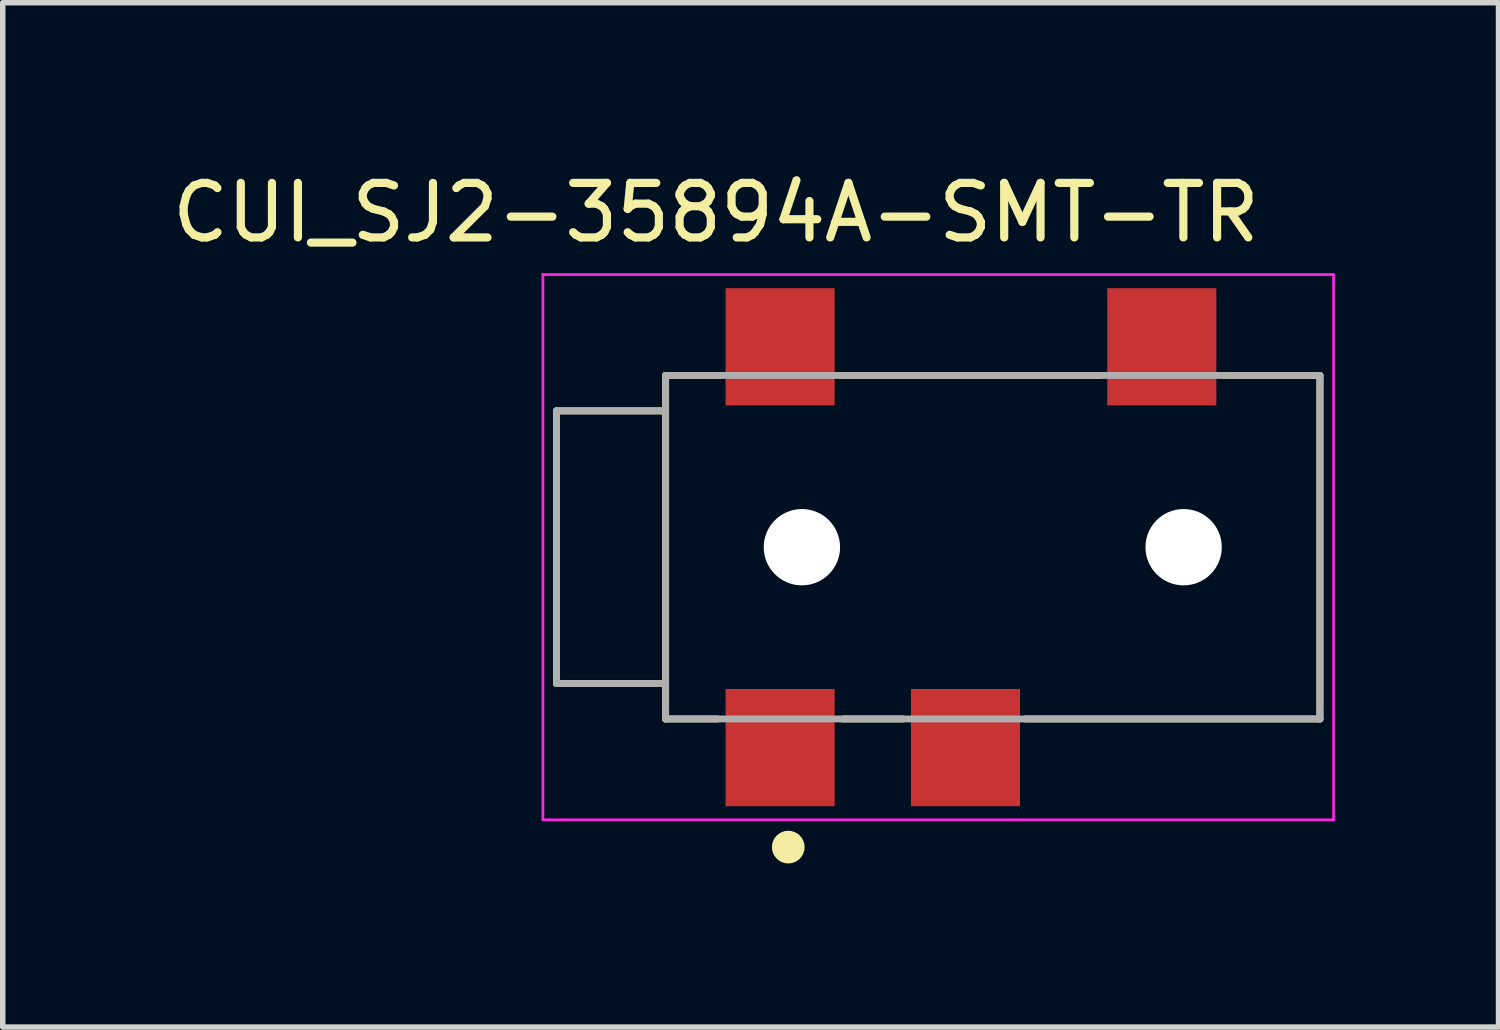
<source format=kicad_pcb>
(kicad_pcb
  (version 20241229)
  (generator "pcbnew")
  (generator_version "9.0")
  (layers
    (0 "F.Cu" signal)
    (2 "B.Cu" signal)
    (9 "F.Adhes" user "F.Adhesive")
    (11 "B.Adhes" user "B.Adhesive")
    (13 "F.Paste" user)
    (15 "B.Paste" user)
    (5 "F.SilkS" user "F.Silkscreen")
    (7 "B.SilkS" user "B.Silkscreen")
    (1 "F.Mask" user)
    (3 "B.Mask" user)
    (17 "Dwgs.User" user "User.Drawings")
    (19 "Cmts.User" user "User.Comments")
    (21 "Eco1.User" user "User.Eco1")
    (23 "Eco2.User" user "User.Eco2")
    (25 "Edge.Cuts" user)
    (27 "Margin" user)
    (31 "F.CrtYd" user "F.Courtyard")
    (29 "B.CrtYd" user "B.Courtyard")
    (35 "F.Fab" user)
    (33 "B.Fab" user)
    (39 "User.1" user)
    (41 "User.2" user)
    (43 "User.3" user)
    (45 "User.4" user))
  (footprint "CUI_SJ2-35894A-SMT-TR"
    (layer "F.Cu")
    (at 15.156 6.985)
    (property "Reference" "CUI_SJ2-35894A-SMT-TR" (at -5.076 -6.136 0) (layer "F.SilkS") (effects (font (size 1 1) (thickness 0.15))))
    (attr through_hole)
    (fp_line (start -8 -2.5) (end -8 2.5) (stroke (width 0.127) (type solid)) (layer "F.SilkS"))
    (fp_line (start -8 2.5) (end -6 2.5) (stroke (width 0.127) (type solid)) (layer "F.SilkS"))
    (fp_line (start -6 -3.15) (end -6 -2.5) (stroke (width 0.127) (type solid)) (layer "F.SilkS"))
    (fp_line (start -6 -2.5) (end -8 -2.5) (stroke (width 0.127) (type solid)) (layer "F.SilkS"))
    (fp_line (start -6 -2.5) (end -6 2.5) (stroke (width 0.127) (type solid)) (layer "F.SilkS"))
    (fp_line (start -6 2.5) (end -6 3.15) (stroke (width 0.127) (type solid)) (layer "F.SilkS"))
    (fp_line (start -6 3.15) (end -5.05 3.15) (stroke (width 0.127) (type solid)) (layer "F.SilkS"))
    (fp_line (start -5 -3.15) (end -6 -3.15) (stroke (width 0.127) (type solid)) (layer "F.SilkS"))
    (fp_line (start -2.75 -3.15) (end 1.95 -3.15) (stroke (width 0.127) (type solid)) (layer "F.SilkS"))
    (fp_line (start -2.75 3.15) (end -1.65 3.15) (stroke (width 0.127) (type solid)) (layer "F.SilkS"))
    (fp_line (start 0.6 3.15) (end 6 3.15) (stroke (width 0.127) (type solid)) (layer "F.SilkS"))
    (fp_line (start 6 -3.15) (end 4.25 -3.15) (stroke (width 0.127) (type solid)) (layer "F.SilkS"))
    (fp_line (start 6 3.15) (end 6 -3.15) (stroke (width 0.127) (type solid)) (layer "F.SilkS"))
    (fp_circle (center -3.75 5.5) (end -3.6 5.5) (stroke (width 0.3) (type solid)) (fill no) (layer "F.SilkS"))
    (fp_line (start -8.25 -5) (end -8.25 5) (stroke (width 0.05) (type solid)) (layer "F.CrtYd"))
    (fp_line (start -8.25 5) (end 6.25 5) (stroke (width 0.05) (type solid)) (layer "F.CrtYd"))
    (fp_line (start 6.25 -5) (end -8.25 -5) (stroke (width 0.05) (type solid)) (layer "F.CrtYd"))
    (fp_line (start 6.25 5) (end 6.25 -5) (stroke (width 0.05) (type solid)) (layer "F.CrtYd"))
    (fp_line (start -8 -2.5) (end -8 2.5) (stroke (width 0.127) (type solid)) (layer "F.Fab"))
    (fp_line (start -8 2.5) (end -6 2.5) (stroke (width 0.127) (type solid)) (layer "F.Fab"))
    (fp_line (start -6 -3.15) (end 6 -3.15) (stroke (width 0.127) (type solid)) (layer "F.Fab"))
    (fp_line (start -6 -2.5) (end -8 -2.5) (stroke (width 0.127) (type solid)) (layer "F.Fab"))
    (fp_line (start -6 3.15) (end -6 -3.15) (stroke (width 0.127) (type solid)) (layer "F.Fab"))
    (fp_line (start 6 -3.15) (end 6 3.15) (stroke (width 0.127) (type solid)) (layer "F.Fab"))
    (fp_line (start 6 3.15) (end -6 3.15) (stroke (width 0.127) (type solid)) (layer "F.Fab"))
    (pad "" np_thru_hole circle (at -3.5 0) (size 1.4 1.4) (drill 1.4) (layers "*.Cu" "*.Mask"))
    (pad "" np_thru_hole circle (at 3.5 0) (size 1.4 1.4) (drill 1.4) (layers "*.Cu" "*.Mask"))
    (pad "1" smd rect (at -3.9 3.675) (size 2 2.15) (layers "F.Cu" "F.Mask" "F.Paste"))
    (pad "2" smd rect (at 3.1 -3.675) (size 2 2.15) (layers "F.Cu" "F.Mask" "F.Paste"))
    (pad "3" smd rect (at -0.5 3.675) (size 2 2.15) (layers "F.Cu" "F.Mask" "F.Paste"))
    (pad "4" smd rect (at -3.9 -3.675) (size 2 2.15) (layers "F.Cu" "F.Mask" "F.Paste")))
  (gr_rect
    (start -3 -3)
    (end 24.431 15.785)
    (stroke (width 0.1) (type default))
    (fill no)
    (layer "Edge.Cuts")))
</source>
